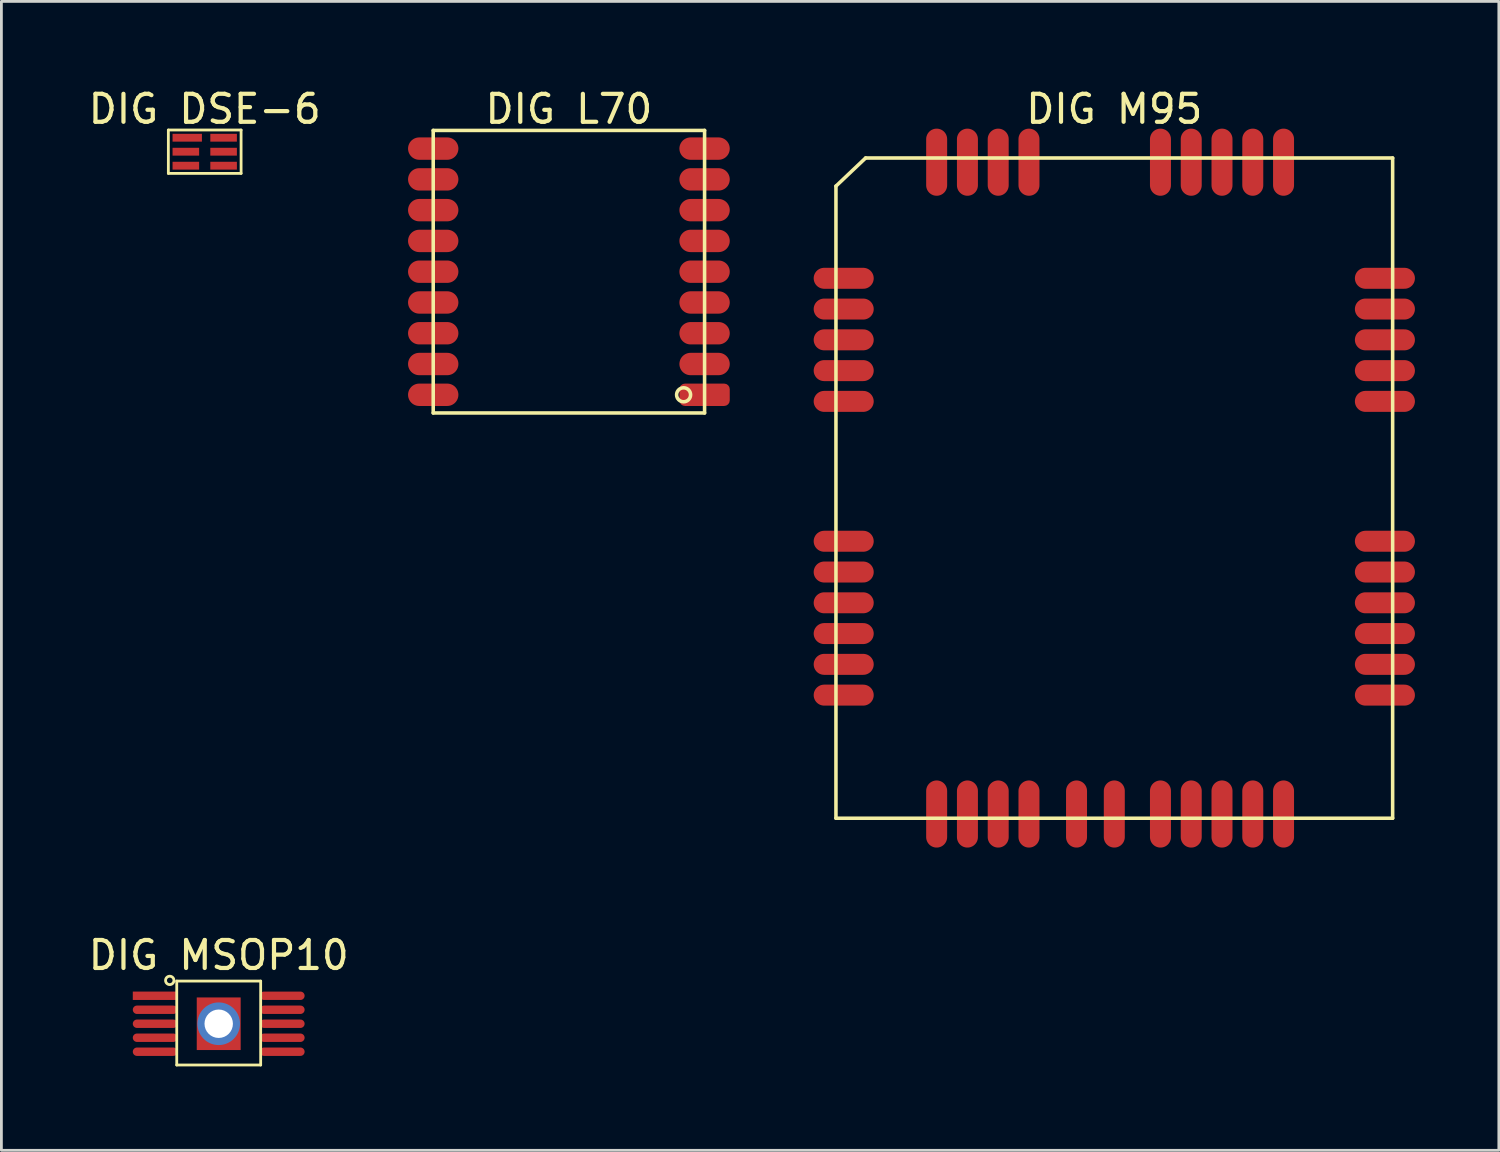
<source format=kicad_pcb>
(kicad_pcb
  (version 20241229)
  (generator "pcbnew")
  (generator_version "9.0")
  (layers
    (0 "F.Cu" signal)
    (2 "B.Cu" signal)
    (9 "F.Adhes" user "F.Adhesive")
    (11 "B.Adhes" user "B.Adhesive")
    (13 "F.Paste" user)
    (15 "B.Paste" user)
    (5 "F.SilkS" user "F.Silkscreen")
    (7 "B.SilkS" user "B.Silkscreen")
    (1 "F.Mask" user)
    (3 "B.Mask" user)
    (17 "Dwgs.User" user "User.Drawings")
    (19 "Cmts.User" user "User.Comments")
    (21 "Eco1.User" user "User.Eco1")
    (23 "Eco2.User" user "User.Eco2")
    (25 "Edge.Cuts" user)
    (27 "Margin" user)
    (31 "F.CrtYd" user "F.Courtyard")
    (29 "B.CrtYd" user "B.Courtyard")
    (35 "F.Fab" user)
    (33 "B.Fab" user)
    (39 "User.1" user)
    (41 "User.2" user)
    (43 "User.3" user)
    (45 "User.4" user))
  (footprint "DIG M95"
    (layer "F.Cu")
    (at 36.782 14.398)
    (property "Reference" "DIG M95" (at 0 -13.55 0) (layer "F.SilkS") (effects (font (size 1 1) (thickness 0.15))))
    (fp_line (start -9.95 -10.795) (end -8.89 -11.8) (stroke (width 0.127) (type solid)) (layer "F.SilkS"))
    (fp_line (start -9.95 11.8) (end -9.95 -10.795) (stroke (width 0.127) (type solid)) (layer "F.SilkS"))
    (fp_line (start -9.95 11.8) (end 9.95 11.8) (stroke (width 0.127) (type solid)) (layer "F.SilkS"))
    (fp_line (start -8.89 -11.8) (end 9.95 -11.8) (stroke (width 0.127) (type solid)) (layer "F.SilkS"))
    (fp_line (start 9.95 11.8) (end 9.95 -11.8) (stroke (width 0.127) (type solid)) (layer "F.SilkS"))
    (pad "1" smd oval (at -9.673 -7.5 270) (size 0.75 2.146) (layers "F.Cu" "F.Mask" "F.Paste"))
    (pad "2" smd oval (at -9.673 -6.4 270) (size 0.75 2.146) (layers "F.Cu" "F.Mask" "F.Paste"))
    (pad "3" smd oval (at -9.673 -5.3 270) (size 0.75 2.146) (layers "F.Cu" "F.Mask" "F.Paste"))
    (pad "4" smd oval (at -9.673 -4.2 270) (size 0.75 2.146) (layers "F.Cu" "F.Mask" "F.Paste"))
    (pad "5" smd oval (at -9.673 -3.1 270) (size 0.75 2.146) (layers "F.Cu" "F.Mask" "F.Paste"))
    (pad "6" smd oval (at -9.673 1.9 270) (size 0.75 2.146) (layers "F.Cu" "F.Mask" "F.Paste"))
    (pad "7" smd oval (at -9.673 3 270) (size 0.75 2.146) (layers "F.Cu" "F.Mask" "F.Paste"))
    (pad "8" smd oval (at -9.673 4.1 270) (size 0.75 2.146) (layers "F.Cu" "F.Mask" "F.Paste"))
    (pad "9" smd oval (at -9.673 5.2 270) (size 0.75 2.146) (layers "F.Cu" "F.Mask" "F.Paste"))
    (pad "10" smd oval (at -9.673 6.3 270) (size 0.75 2.146) (layers "F.Cu" "F.Mask" "F.Paste"))
    (pad "11" smd oval (at -9.673 7.4 270) (size 0.75 2.146) (layers "F.Cu" "F.Mask" "F.Paste"))
    (pad "12" smd oval (at -6.35 11.65) (size 0.75 2.4) (layers "F.Cu" "F.Mask" "F.Paste"))
    (pad "13" smd oval (at -5.25 11.65) (size 0.75 2.4) (layers "F.Cu" "F.Mask" "F.Paste"))
    (pad "14" smd oval (at -4.15 11.65) (size 0.75 2.4) (layers "F.Cu" "F.Mask" "F.Paste"))
    (pad "15" smd oval (at -3.05 11.65) (size 0.75 2.4) (layers "F.Cu" "F.Mask" "F.Paste"))
    (pad "16" smd oval (at 1.65 11.65) (size 0.75 2.4) (layers "F.Cu" "F.Mask" "F.Paste"))
    (pad "17" smd oval (at 2.75 11.65) (size 0.75 2.4) (layers "F.Cu" "F.Mask" "F.Paste"))
    (pad "18" smd oval (at 3.85 11.65) (size 0.75 2.4) (layers "F.Cu" "F.Mask" "F.Paste"))
    (pad "19" smd oval (at 4.95 11.65) (size 0.75 2.4) (layers "F.Cu" "F.Mask" "F.Paste"))
    (pad "20" smd oval (at 6.05 11.65) (size 0.75 2.4) (layers "F.Cu" "F.Mask" "F.Paste"))
    (pad "21" smd oval (at 9.673 7.4 90) (size 0.75 2.146) (layers "F.Cu" "F.Mask" "F.Paste"))
    (pad "22" smd oval (at 9.673 6.3 90) (size 0.75 2.146) (layers "F.Cu" "F.Mask" "F.Paste"))
    (pad "23" smd oval (at 9.673 5.2 90) (size 0.75 2.146) (layers "F.Cu" "F.Mask" "F.Paste"))
    (pad "24" smd oval (at 9.673 4.1 90) (size 0.75 2.146) (layers "F.Cu" "F.Mask" "F.Paste"))
    (pad "25" smd oval (at 9.673 3 90) (size 0.75 2.146) (layers "F.Cu" "F.Mask" "F.Paste"))
    (pad "26" smd oval (at 9.673 1.9 90) (size 0.75 2.146) (layers "F.Cu" "F.Mask" "F.Paste"))
    (pad "27" smd oval (at 9.673 -3.1 90) (size 0.75 2.146) (layers "F.Cu" "F.Mask" "F.Paste"))
    (pad "28" smd oval (at 9.673 -4.2 90) (size 0.75 2.146) (layers "F.Cu" "F.Mask" "F.Paste"))
    (pad "29" smd oval (at 9.673 -5.3 90) (size 0.75 2.146) (layers "F.Cu" "F.Mask" "F.Paste"))
    (pad "30" smd oval (at 9.673 -6.4 90) (size 0.75 2.146) (layers "F.Cu" "F.Mask" "F.Paste"))
    (pad "31" smd oval (at 9.673 -7.5 90) (size 0.75 2.146) (layers "F.Cu" "F.Mask" "F.Paste"))
    (pad "32" smd oval (at 6.05 -11.65 180) (size 0.75 2.4) (layers "F.Cu" "F.Mask" "F.Paste"))
    (pad "33" smd oval (at 4.95 -11.65 180) (size 0.75 2.4) (layers "F.Cu" "F.Mask" "F.Paste"))
    (pad "34" smd oval (at 3.85 -11.65 180) (size 0.75 2.4) (layers "F.Cu" "F.Mask" "F.Paste"))
    (pad "35" smd oval (at 2.75 -11.65 180) (size 0.75 2.4) (layers "F.Cu" "F.Mask" "F.Paste"))
    (pad "36" smd oval (at 1.65 -11.65 180) (size 0.75 2.4) (layers "F.Cu" "F.Mask" "F.Paste"))
    (pad "37" smd oval (at -3.05 -11.65 180) (size 0.75 2.4) (layers "F.Cu" "F.Mask" "F.Paste"))
    (pad "38" smd oval (at -4.15 -11.65 180) (size 0.75 2.4) (layers "F.Cu" "F.Mask" "F.Paste"))
    (pad "39" smd oval (at -5.25 -11.65 180) (size 0.75 2.4) (layers "F.Cu" "F.Mask" "F.Paste"))
    (pad "40" smd oval (at -6.35 -11.65 180) (size 0.75 2.4) (layers "F.Cu" "F.Mask" "F.Paste"))
    (pad "41" smd oval (at -1.35 11.65) (size 0.75 2.4) (layers "F.Cu" "F.Mask" "F.Paste"))
    (pad "42" smd oval (at 0 11.65) (size 0.75 2.4) (layers "F.Cu" "F.Mask" "F.Paste")))
  (footprint "DIG MSOP10"
    (layer "F.Cu")
    (at 4.768 33.545)
    (property "Reference" "DIG MSOP10" (at 0 -2.449 0) (layer "F.SilkS") (effects (font (size 1 1) (thickness 0.15))))
    (fp_line (start -1.5 -1.525) (end 1.5 -1.525) (stroke (width 0.1) (type solid)) (layer "F.SilkS"))
    (fp_line (start -1.5 1.475) (end -1.5 -1.525) (stroke (width 0.1) (type solid)) (layer "F.SilkS"))
    (fp_line (start -1.5 1.475) (end 1.5 1.475) (stroke (width 0.1) (type solid)) (layer "F.SilkS"))
    (fp_line (start 1.5 1.475) (end 1.5 -1.525) (stroke (width 0.1) (type solid)) (layer "F.SilkS"))
    (fp_circle (center -1.75 -1.549) (end -1.75 -1.699) (stroke (width 0.1) (type solid)) (fill no) (layer "F.SilkS"))
    (pad "" thru_hole circle (at 0 0) (size 1.524 1.524) (drill 1.016) (layers "*.Cu" "*.Mask"))
    (pad "" smd rect (at 0 0) (size 1.57 1.88) (layers "F.Cu" "F.Mask" "F.Paste"))
    (pad "1" smd rect (at -2.271 -1 90) (size 0.3 1.6) (layers "F.Cu" "F.Mask" "F.Paste"))
    (pad "2" smd oval (at -2.271 -0.5 90) (size 0.3 1.6) (layers "F.Cu" "F.Mask" "F.Paste"))
    (pad "3" smd oval (at -2.271 0 90) (size 0.3 1.6) (layers "F.Cu" "F.Mask" "F.Paste"))
    (pad "4" smd oval (at -2.271 0.5 90) (size 0.3 1.6) (layers "F.Cu" "F.Mask" "F.Paste"))
    (pad "5" smd oval (at -2.271 1 90) (size 0.3 1.6) (layers "F.Cu" "F.Mask" "F.Paste"))
    (pad "6" smd oval (at 2.271 1 90) (size 0.3 1.6) (layers "F.Cu" "F.Mask" "F.Paste"))
    (pad "7" smd oval (at 2.271 0.5 90) (size 0.3 1.6) (layers "F.Cu" "F.Mask" "F.Paste"))
    (pad "8" smd oval (at 2.271 0 90) (size 0.3 1.6) (layers "F.Cu" "F.Mask" "F.Paste"))
    (pad "9" smd oval (at 2.271 -0.5 90) (size 0.3 1.6) (layers "F.Cu" "F.Mask" "F.Paste"))
    (pad "10" smd oval (at 2.271 -1 90) (size 0.3 1.6) (layers "F.Cu" "F.Mask" "F.Paste")))
  (footprint "DIG L70"
    (layer "F.Cu")
    (at 22.136 11.062)
    (property "Reference" "DIG L70" (at -4.85 -10.213 0) (layer "F.SilkS") (effects (font (size 1 1) (thickness 0.15))))
    (fp_line (start -9.7 -9.45) (end 0 -9.45) (stroke (width 0.127) (type solid)) (layer "F.SilkS"))
    (fp_line (start -9.7 0.65) (end -9.7 -9.45) (stroke (width 0.127) (type solid)) (layer "F.SilkS"))
    (fp_line (start -9.7 0.65) (end 0 0.65) (stroke (width 0.127) (type solid)) (layer "F.SilkS"))
    (fp_line (start 0 0.65) (end 0 -9.45) (stroke (width 0.127) (type solid)) (layer "F.SilkS"))
    (fp_circle (center -0.75 0) (end -0.75 -0.25) (stroke (width 0.127) (type solid)) (fill no) (layer "F.SilkS"))
    (pad "1" smd roundrect (at 0 0) (size 1.8 0.8) (layers "F.Cu" "F.Mask" "F.Paste") (roundrect_rratio 0.25))
    (pad "2" smd oval (at 0 -1.1) (size 1.8 0.8) (layers "F.Cu" "F.Mask" "F.Paste"))
    (pad "3" smd oval (at 0 -2.2) (size 1.8 0.8) (layers "F.Cu" "F.Mask" "F.Paste"))
    (pad "4" smd oval (at 0 -3.3) (size 1.8 0.8) (layers "F.Cu" "F.Mask" "F.Paste"))
    (pad "5" smd oval (at 0 -4.4) (size 1.8 0.8) (layers "F.Cu" "F.Mask" "F.Paste"))
    (pad "6" smd oval (at 0 -5.5) (size 1.8 0.8) (layers "F.Cu" "F.Mask" "F.Paste"))
    (pad "7" smd oval (at 0 -6.6) (size 1.8 0.8) (layers "F.Cu" "F.Mask" "F.Paste"))
    (pad "8" smd oval (at 0 -7.7) (size 1.8 0.8) (layers "F.Cu" "F.Mask" "F.Paste"))
    (pad "9" smd oval (at 0 -8.8) (size 1.8 0.8) (layers "F.Cu" "F.Mask" "F.Paste"))
    (pad "10" smd oval (at -9.7 -8.8) (size 1.8 0.8) (layers "F.Cu" "F.Mask" "F.Paste"))
    (pad "11" smd oval (at -9.7 -7.7) (size 1.8 0.8) (layers "F.Cu" "F.Mask" "F.Paste"))
    (pad "12" smd oval (at -9.7 -6.6) (size 1.8 0.8) (layers "F.Cu" "F.Mask" "F.Paste"))
    (pad "13" smd oval (at -9.7 -5.5) (size 1.8 0.8) (layers "F.Cu" "F.Mask" "F.Paste"))
    (pad "14" smd oval (at -9.7 -4.4) (size 1.8 0.8) (layers "F.Cu" "F.Mask" "F.Paste"))
    (pad "15" smd oval (at -9.7 -3.3) (size 1.8 0.8) (layers "F.Cu" "F.Mask" "F.Paste"))
    (pad "16" smd oval (at -9.7 -2.2) (size 1.8 0.8) (layers "F.Cu" "F.Mask" "F.Paste"))
    (pad "17" smd oval (at -9.7 -1.1) (size 1.8 0.8) (layers "F.Cu" "F.Mask" "F.Paste"))
    (pad "18" smd oval (at -9.7 0) (size 1.8 0.8) (layers "F.Cu" "F.Mask" "F.Paste")))
  (footprint "DIG DSE-6"
    (layer "F.Cu")
    (at 4.268 2.373)
    (property "Reference" "DIG DSE-6" (at 0 -1.525 0) (layer "F.SilkS") (effects (font (size 1 1) (thickness 0.15))))
    (fp_line (start -1.3 -0.775) (end 1.3 -0.775) (stroke (width 0.1) (type solid)) (layer "F.SilkS"))
    (fp_line (start -1.3 0.775) (end -1.3 -0.775) (stroke (width 0.1) (type solid)) (layer "F.SilkS"))
    (fp_line (start -1.3 0.775) (end 1.3 0.775) (stroke (width 0.1) (type solid)) (layer "F.SilkS"))
    (fp_line (start 1.3 0.775) (end 1.3 -0.775) (stroke (width 0.1) (type solid)) (layer "F.SilkS"))
    (pad "1" smd rect (at -0.625 -0.5) (size 1.05 0.28) (layers "F.Cu" "F.Mask" "F.Paste"))
    (pad "2" smd rect (at -0.675 0) (size 0.95 0.28) (layers "F.Cu" "F.Mask" "F.Paste"))
    (pad "3" smd rect (at -0.675 0.5) (size 0.95 0.28) (layers "F.Cu" "F.Mask" "F.Paste"))
    (pad "4" smd rect (at 0.675 0.5) (size 0.95 0.28) (layers "F.Cu" "F.Mask" "F.Paste"))
    (pad "5" smd rect (at 0.675 0) (size 0.95 0.28) (layers "F.Cu" "F.Mask" "F.Paste"))
    (pad "6" smd rect (at 0.675 -0.5) (size 0.95 0.28) (layers "F.Cu" "F.Mask" "F.Paste")))
  (gr_rect
    (start -3 -3)
    (end 50.528 38.071)
    (stroke (width 0.1) (type default))
    (fill no)
    (layer "Edge.Cuts")))
</source>
